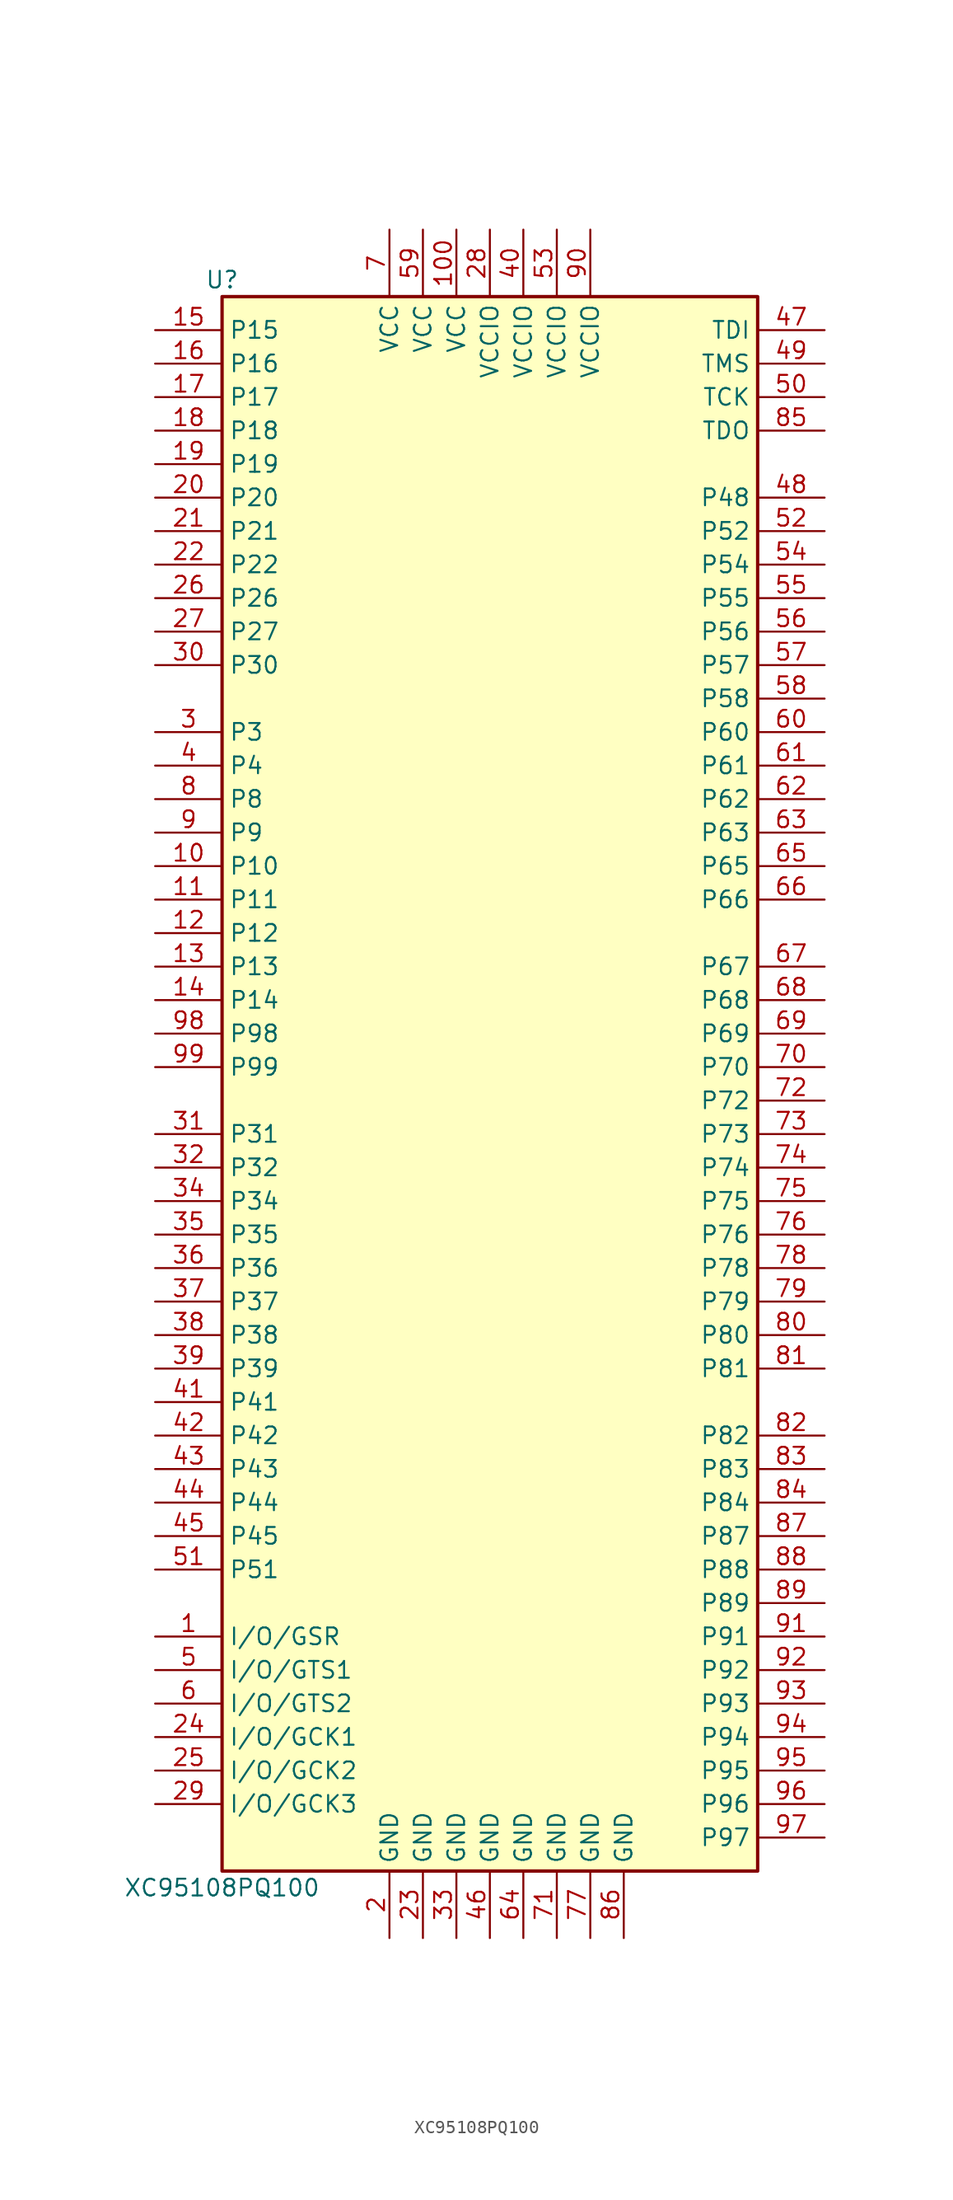
<source format=kicad_sym>
(kicad_symbol_lib
  (version 20201005)
  (generator kicad_symbol_editor)
  (symbol "XC95108PQ100"
    (property "Reference" "U"
      (at -20.32 59.69 0)
      (effects (font (size 1.27 1.27))))
    (property "Value" "XC95108PQ100"
      (at -20.32 -62.23 0)
      (effects (font (size 1.27 1.27))))
    (symbol "XC95108PQ100_1_1"
      (rectangle (start -20.32 58.42) (end 20.32 -60.96) (stroke (width 0.254)) (fill (type background)))
      (pin bidirectional line (at -25.4 -43.18 0) (length 5.08) (name "I/O/GSR" (effects (font (size 1.27 1.27)))) (number "1" (effects (font (size 1.27 1.27)))))
      (pin bidirectional line (at -25.4 15.24 0) (length 5.08) (name "P10" (effects (font (size 1.27 1.27)))) (number "10" (effects (font (size 1.27 1.27)))))
      (pin power_in line (at -2.54 63.5 270) (length 5.08) (name "VCC" (effects (font (size 1.27 1.27)))) (number "100" (effects (font (size 1.27 1.27)))))
      (pin bidirectional line (at -25.4 12.7 0) (length 5.08) (name "P11" (effects (font (size 1.27 1.27)))) (number "11" (effects (font (size 1.27 1.27)))))
      (pin bidirectional line (at -25.4 10.16 0) (length 5.08) (name "P12" (effects (font (size 1.27 1.27)))) (number "12" (effects (font (size 1.27 1.27)))))
      (pin bidirectional line (at -25.4 7.62 0) (length 5.08) (name "P13" (effects (font (size 1.27 1.27)))) (number "13" (effects (font (size 1.27 1.27)))))
      (pin bidirectional line (at -25.4 5.08 0) (length 5.08) (name "P14" (effects (font (size 1.27 1.27)))) (number "14" (effects (font (size 1.27 1.27)))))
      (pin bidirectional line (at -25.4 55.88 0) (length 5.08) (name "P15" (effects (font (size 1.27 1.27)))) (number "15" (effects (font (size 1.27 1.27)))))
      (pin bidirectional line (at -25.4 53.34 0) (length 5.08) (name "P16" (effects (font (size 1.27 1.27)))) (number "16" (effects (font (size 1.27 1.27)))))
      (pin bidirectional line (at -25.4 50.8 0) (length 5.08) (name "P17" (effects (font (size 1.27 1.27)))) (number "17" (effects (font (size 1.27 1.27)))))
      (pin bidirectional line (at -25.4 48.26 0) (length 5.08) (name "P18" (effects (font (size 1.27 1.27)))) (number "18" (effects (font (size 1.27 1.27)))))
      (pin bidirectional line (at -25.4 45.72 0) (length 5.08) (name "P19" (effects (font (size 1.27 1.27)))) (number "19" (effects (font (size 1.27 1.27)))))
      (pin power_in line (at -7.62 -66.04 90) (length 5.08) (name "GND" (effects (font (size 1.27 1.27)))) (number "2" (effects (font (size 1.27 1.27)))))
      (pin bidirectional line (at -25.4 43.18 0) (length 5.08) (name "P20" (effects (font (size 1.27 1.27)))) (number "20" (effects (font (size 1.27 1.27)))))
      (pin bidirectional line (at -25.4 40.64 0) (length 5.08) (name "P21" (effects (font (size 1.27 1.27)))) (number "21" (effects (font (size 1.27 1.27)))))
      (pin bidirectional line (at -25.4 38.1 0) (length 5.08) (name "P22" (effects (font (size 1.27 1.27)))) (number "22" (effects (font (size 1.27 1.27)))))
      (pin power_in line (at -5.08 -66.04 90) (length 5.08) (name "GND" (effects (font (size 1.27 1.27)))) (number "23" (effects (font (size 1.27 1.27)))))
      (pin bidirectional line (at -25.4 -50.8 0) (length 5.08) (name "I/O/GCK1" (effects (font (size 1.27 1.27)))) (number "24" (effects (font (size 1.27 1.27)))))
      (pin bidirectional line (at -25.4 -53.34 0) (length 5.08) (name "I/O/GCK2" (effects (font (size 1.27 1.27)))) (number "25" (effects (font (size 1.27 1.27)))))
      (pin bidirectional line (at -25.4 35.56 0) (length 5.08) (name "P26" (effects (font (size 1.27 1.27)))) (number "26" (effects (font (size 1.27 1.27)))))
      (pin bidirectional line (at -25.4 33.02 0) (length 5.08) (name "P27" (effects (font (size 1.27 1.27)))) (number "27" (effects (font (size 1.27 1.27)))))
      (pin power_in line (at 0 63.5 270) (length 5.08) (name "VCCIO" (effects (font (size 1.27 1.27)))) (number "28" (effects (font (size 1.27 1.27)))))
      (pin bidirectional line (at -25.4 -55.88 0) (length 5.08) (name "I/O/GCK3" (effects (font (size 1.27 1.27)))) (number "29" (effects (font (size 1.27 1.27)))))
      (pin bidirectional line (at -25.4 25.4 0) (length 5.08) (name "P3" (effects (font (size 1.27 1.27)))) (number "3" (effects (font (size 1.27 1.27)))))
      (pin bidirectional line (at -25.4 30.48 0) (length 5.08) (name "P30" (effects (font (size 1.27 1.27)))) (number "30" (effects (font (size 1.27 1.27)))))
      (pin bidirectional line (at -25.4 -5.08 0) (length 5.08) (name "P31" (effects (font (size 1.27 1.27)))) (number "31" (effects (font (size 1.27 1.27)))))
      (pin bidirectional line (at -25.4 -7.62 0) (length 5.08) (name "P32" (effects (font (size 1.27 1.27)))) (number "32" (effects (font (size 1.27 1.27)))))
      (pin power_in line (at -2.54 -66.04 90) (length 5.08) (name "GND" (effects (font (size 1.27 1.27)))) (number "33" (effects (font (size 1.27 1.27)))))
      (pin bidirectional line (at -25.4 -10.16 0) (length 5.08) (name "P34" (effects (font (size 1.27 1.27)))) (number "34" (effects (font (size 1.27 1.27)))))
      (pin bidirectional line (at -25.4 -12.7 0) (length 5.08) (name "P35" (effects (font (size 1.27 1.27)))) (number "35" (effects (font (size 1.27 1.27)))))
      (pin bidirectional line (at -25.4 -15.24 0) (length 5.08) (name "P36" (effects (font (size 1.27 1.27)))) (number "36" (effects (font (size 1.27 1.27)))))
      (pin bidirectional line (at -25.4 -17.78 0) (length 5.08) (name "P37" (effects (font (size 1.27 1.27)))) (number "37" (effects (font (size 1.27 1.27)))))
      (pin bidirectional line (at -25.4 -20.32 0) (length 5.08) (name "P38" (effects (font (size 1.27 1.27)))) (number "38" (effects (font (size 1.27 1.27)))))
      (pin bidirectional line (at -25.4 -22.86 0) (length 5.08) (name "P39" (effects (font (size 1.27 1.27)))) (number "39" (effects (font (size 1.27 1.27)))))
      (pin bidirectional line (at -25.4 22.86 0) (length 5.08) (name "P4" (effects (font (size 1.27 1.27)))) (number "4" (effects (font (size 1.27 1.27)))))
      (pin power_in line (at 2.54 63.5 270) (length 5.08) (name "VCCIO" (effects (font (size 1.27 1.27)))) (number "40" (effects (font (size 1.27 1.27)))))
      (pin bidirectional line (at -25.4 -25.4 0) (length 5.08) (name "P41" (effects (font (size 1.27 1.27)))) (number "41" (effects (font (size 1.27 1.27)))))
      (pin bidirectional line (at -25.4 -27.94 0) (length 5.08) (name "P42" (effects (font (size 1.27 1.27)))) (number "42" (effects (font (size 1.27 1.27)))))
      (pin bidirectional line (at -25.4 -30.48 0) (length 5.08) (name "P43" (effects (font (size 1.27 1.27)))) (number "43" (effects (font (size 1.27 1.27)))))
      (pin bidirectional line (at -25.4 -33.02 0) (length 5.08) (name "P44" (effects (font (size 1.27 1.27)))) (number "44" (effects (font (size 1.27 1.27)))))
      (pin bidirectional line (at -25.4 -35.56 0) (length 5.08) (name "P45" (effects (font (size 1.27 1.27)))) (number "45" (effects (font (size 1.27 1.27)))))
      (pin power_in line (at 0 -66.04 90) (length 5.08) (name "GND" (effects (font (size 1.27 1.27)))) (number "46" (effects (font (size 1.27 1.27)))))
      (pin input line (at 25.4 55.88 180) (length 5.08) (name "TDI" (effects (font (size 1.27 1.27)))) (number "47" (effects (font (size 1.27 1.27)))))
      (pin bidirectional line (at 25.4 43.18 180) (length 5.08) (name "P48" (effects (font (size 1.27 1.27)))) (number "48" (effects (font (size 1.27 1.27)))))
      (pin input line (at 25.4 53.34 180) (length 5.08) (name "TMS" (effects (font (size 1.27 1.27)))) (number "49" (effects (font (size 1.27 1.27)))))
      (pin bidirectional line (at -25.4 -45.72 0) (length 5.08) (name "I/O/GTS1" (effects (font (size 1.27 1.27)))) (number "5" (effects (font (size 1.27 1.27)))))
      (pin input line (at 25.4 50.8 180) (length 5.08) (name "TCK" (effects (font (size 1.27 1.27)))) (number "50" (effects (font (size 1.27 1.27)))))
      (pin bidirectional line (at -25.4 -38.1 0) (length 5.08) (name "P51" (effects (font (size 1.27 1.27)))) (number "51" (effects (font (size 1.27 1.27)))))
      (pin bidirectional line (at 25.4 40.64 180) (length 5.08) (name "P52" (effects (font (size 1.27 1.27)))) (number "52" (effects (font (size 1.27 1.27)))))
      (pin power_in line (at 5.08 63.5 270) (length 5.08) (name "VCCIO" (effects (font (size 1.27 1.27)))) (number "53" (effects (font (size 1.27 1.27)))))
      (pin bidirectional line (at 25.4 38.1 180) (length 5.08) (name "P54" (effects (font (size 1.27 1.27)))) (number "54" (effects (font (size 1.27 1.27)))))
      (pin bidirectional line (at 25.4 35.56 180) (length 5.08) (name "P55" (effects (font (size 1.27 1.27)))) (number "55" (effects (font (size 1.27 1.27)))))
      (pin bidirectional line (at 25.4 33.02 180) (length 5.08) (name "P56" (effects (font (size 1.27 1.27)))) (number "56" (effects (font (size 1.27 1.27)))))
      (pin bidirectional line (at 25.4 30.48 180) (length 5.08) (name "P57" (effects (font (size 1.27 1.27)))) (number "57" (effects (font (size 1.27 1.27)))))
      (pin bidirectional line (at 25.4 27.94 180) (length 5.08) (name "P58" (effects (font (size 1.27 1.27)))) (number "58" (effects (font (size 1.27 1.27)))))
      (pin power_in line (at -5.08 63.5 270) (length 5.08) (name "VCC" (effects (font (size 1.27 1.27)))) (number "59" (effects (font (size 1.27 1.27)))))
      (pin bidirectional line (at -25.4 -48.26 0) (length 5.08) (name "I/O/GTS2" (effects (font (size 1.27 1.27)))) (number "6" (effects (font (size 1.27 1.27)))))
      (pin bidirectional line (at 25.4 25.4 180) (length 5.08) (name "P60" (effects (font (size 1.27 1.27)))) (number "60" (effects (font (size 1.27 1.27)))))
      (pin bidirectional line (at 25.4 22.86 180) (length 5.08) (name "P61" (effects (font (size 1.27 1.27)))) (number "61" (effects (font (size 1.27 1.27)))))
      (pin bidirectional line (at 25.4 20.32 180) (length 5.08) (name "P62" (effects (font (size 1.27 1.27)))) (number "62" (effects (font (size 1.27 1.27)))))
      (pin bidirectional line (at 25.4 17.78 180) (length 5.08) (name "P63" (effects (font (size 1.27 1.27)))) (number "63" (effects (font (size 1.27 1.27)))))
      (pin power_in line (at 2.54 -66.04 90) (length 5.08) (name "GND" (effects (font (size 1.27 1.27)))) (number "64" (effects (font (size 1.27 1.27)))))
      (pin bidirectional line (at 25.4 15.24 180) (length 5.08) (name "P65" (effects (font (size 1.27 1.27)))) (number "65" (effects (font (size 1.27 1.27)))))
      (pin bidirectional line (at 25.4 12.7 180) (length 5.08) (name "P66" (effects (font (size 1.27 1.27)))) (number "66" (effects (font (size 1.27 1.27)))))
      (pin bidirectional line (at 25.4 7.62 180) (length 5.08) (name "P67" (effects (font (size 1.27 1.27)))) (number "67" (effects (font (size 1.27 1.27)))))
      (pin bidirectional line (at 25.4 5.08 180) (length 5.08) (name "P68" (effects (font (size 1.27 1.27)))) (number "68" (effects (font (size 1.27 1.27)))))
      (pin bidirectional line (at 25.4 2.54 180) (length 5.08) (name "P69" (effects (font (size 1.27 1.27)))) (number "69" (effects (font (size 1.27 1.27)))))
      (pin power_in line (at -7.62 63.5 270) (length 5.08) (name "VCC" (effects (font (size 1.27 1.27)))) (number "7" (effects (font (size 1.27 1.27)))))
      (pin bidirectional line (at 25.4 0 180) (length 5.08) (name "P70" (effects (font (size 1.27 1.27)))) (number "70" (effects (font (size 1.27 1.27)))))
      (pin power_in line (at 5.08 -66.04 90) (length 5.08) (name "GND" (effects (font (size 1.27 1.27)))) (number "71" (effects (font (size 1.27 1.27)))))
      (pin bidirectional line (at 25.4 -2.54 180) (length 5.08) (name "P72" (effects (font (size 1.27 1.27)))) (number "72" (effects (font (size 1.27 1.27)))))
      (pin bidirectional line (at 25.4 -5.08 180) (length 5.08) (name "P73" (effects (font (size 1.27 1.27)))) (number "73" (effects (font (size 1.27 1.27)))))
      (pin bidirectional line (at 25.4 -7.62 180) (length 5.08) (name "P74" (effects (font (size 1.27 1.27)))) (number "74" (effects (font (size 1.27 1.27)))))
      (pin bidirectional line (at 25.4 -10.16 180) (length 5.08) (name "P75" (effects (font (size 1.27 1.27)))) (number "75" (effects (font (size 1.27 1.27)))))
      (pin bidirectional line (at 25.4 -12.7 180) (length 5.08) (name "P76" (effects (font (size 1.27 1.27)))) (number "76" (effects (font (size 1.27 1.27)))))
      (pin power_in line (at 7.62 -66.04 90) (length 5.08) (name "GND" (effects (font (size 1.27 1.27)))) (number "77" (effects (font (size 1.27 1.27)))))
      (pin bidirectional line (at 25.4 -15.24 180) (length 5.08) (name "P78" (effects (font (size 1.27 1.27)))) (number "78" (effects (font (size 1.27 1.27)))))
      (pin bidirectional line (at 25.4 -17.78 180) (length 5.08) (name "P79" (effects (font (size 1.27 1.27)))) (number "79" (effects (font (size 1.27 1.27)))))
      (pin bidirectional line (at -25.4 20.32 0) (length 5.08) (name "P8" (effects (font (size 1.27 1.27)))) (number "8" (effects (font (size 1.27 1.27)))))
      (pin bidirectional line (at 25.4 -20.32 180) (length 5.08) (name "P80" (effects (font (size 1.27 1.27)))) (number "80" (effects (font (size 1.27 1.27)))))
      (pin bidirectional line (at 25.4 -22.86 180) (length 5.08) (name "P81" (effects (font (size 1.27 1.27)))) (number "81" (effects (font (size 1.27 1.27)))))
      (pin bidirectional line (at 25.4 -27.94 180) (length 5.08) (name "P82" (effects (font (size 1.27 1.27)))) (number "82" (effects (font (size 1.27 1.27)))))
      (pin bidirectional line (at 25.4 -30.48 180) (length 5.08) (name "P83" (effects (font (size 1.27 1.27)))) (number "83" (effects (font (size 1.27 1.27)))))
      (pin bidirectional line (at 25.4 -33.02 180) (length 5.08) (name "P84" (effects (font (size 1.27 1.27)))) (number "84" (effects (font (size 1.27 1.27)))))
      (pin output line (at 25.4 48.26 180) (length 5.08) (name "TDO" (effects (font (size 1.27 1.27)))) (number "85" (effects (font (size 1.27 1.27)))))
      (pin power_in line (at 10.16 -66.04 90) (length 5.08) (name "GND" (effects (font (size 1.27 1.27)))) (number "86" (effects (font (size 1.27 1.27)))))
      (pin bidirectional line (at 25.4 -35.56 180) (length 5.08) (name "P87" (effects (font (size 1.27 1.27)))) (number "87" (effects (font (size 1.27 1.27)))))
      (pin bidirectional line (at 25.4 -38.1 180) (length 5.08) (name "P88" (effects (font (size 1.27 1.27)))) (number "88" (effects (font (size 1.27 1.27)))))
      (pin bidirectional line (at 25.4 -40.64 180) (length 5.08) (name "P89" (effects (font (size 1.27 1.27)))) (number "89" (effects (font (size 1.27 1.27)))))
      (pin bidirectional line (at -25.4 17.78 0) (length 5.08) (name "P9" (effects (font (size 1.27 1.27)))) (number "9" (effects (font (size 1.27 1.27)))))
      (pin power_in line (at 7.62 63.5 270) (length 5.08) (name "VCCIO" (effects (font (size 1.27 1.27)))) (number "90" (effects (font (size 1.27 1.27)))))
      (pin bidirectional line (at 25.4 -43.18 180) (length 5.08) (name "P91" (effects (font (size 1.27 1.27)))) (number "91" (effects (font (size 1.27 1.27)))))
      (pin bidirectional line (at 25.4 -45.72 180) (length 5.08) (name "P92" (effects (font (size 1.27 1.27)))) (number "92" (effects (font (size 1.27 1.27)))))
      (pin bidirectional line (at 25.4 -48.26 180) (length 5.08) (name "P93" (effects (font (size 1.27 1.27)))) (number "93" (effects (font (size 1.27 1.27)))))
      (pin bidirectional line (at 25.4 -50.8 180) (length 5.08) (name "P94" (effects (font (size 1.27 1.27)))) (number "94" (effects (font (size 1.27 1.27)))))
      (pin bidirectional line (at 25.4 -53.34 180) (length 5.08) (name "P95" (effects (font (size 1.27 1.27)))) (number "95" (effects (font (size 1.27 1.27)))))
      (pin bidirectional line (at 25.4 -55.88 180) (length 5.08) (name "P96" (effects (font (size 1.27 1.27)))) (number "96" (effects (font (size 1.27 1.27)))))
      (pin bidirectional line (at 25.4 -58.42 180) (length 5.08) (name "P97" (effects (font (size 1.27 1.27)))) (number "97" (effects (font (size 1.27 1.27)))))
      (pin bidirectional line (at -25.4 2.54 0) (length 5.08) (name "P98" (effects (font (size 1.27 1.27)))) (number "98" (effects (font (size 1.27 1.27)))))
      (pin bidirectional line (at -25.4 0 0) (length 5.08) (name "P99" (effects (font (size 1.27 1.27)))) (number "99" (effects (font (size 1.27 1.27))))))))
</source>
